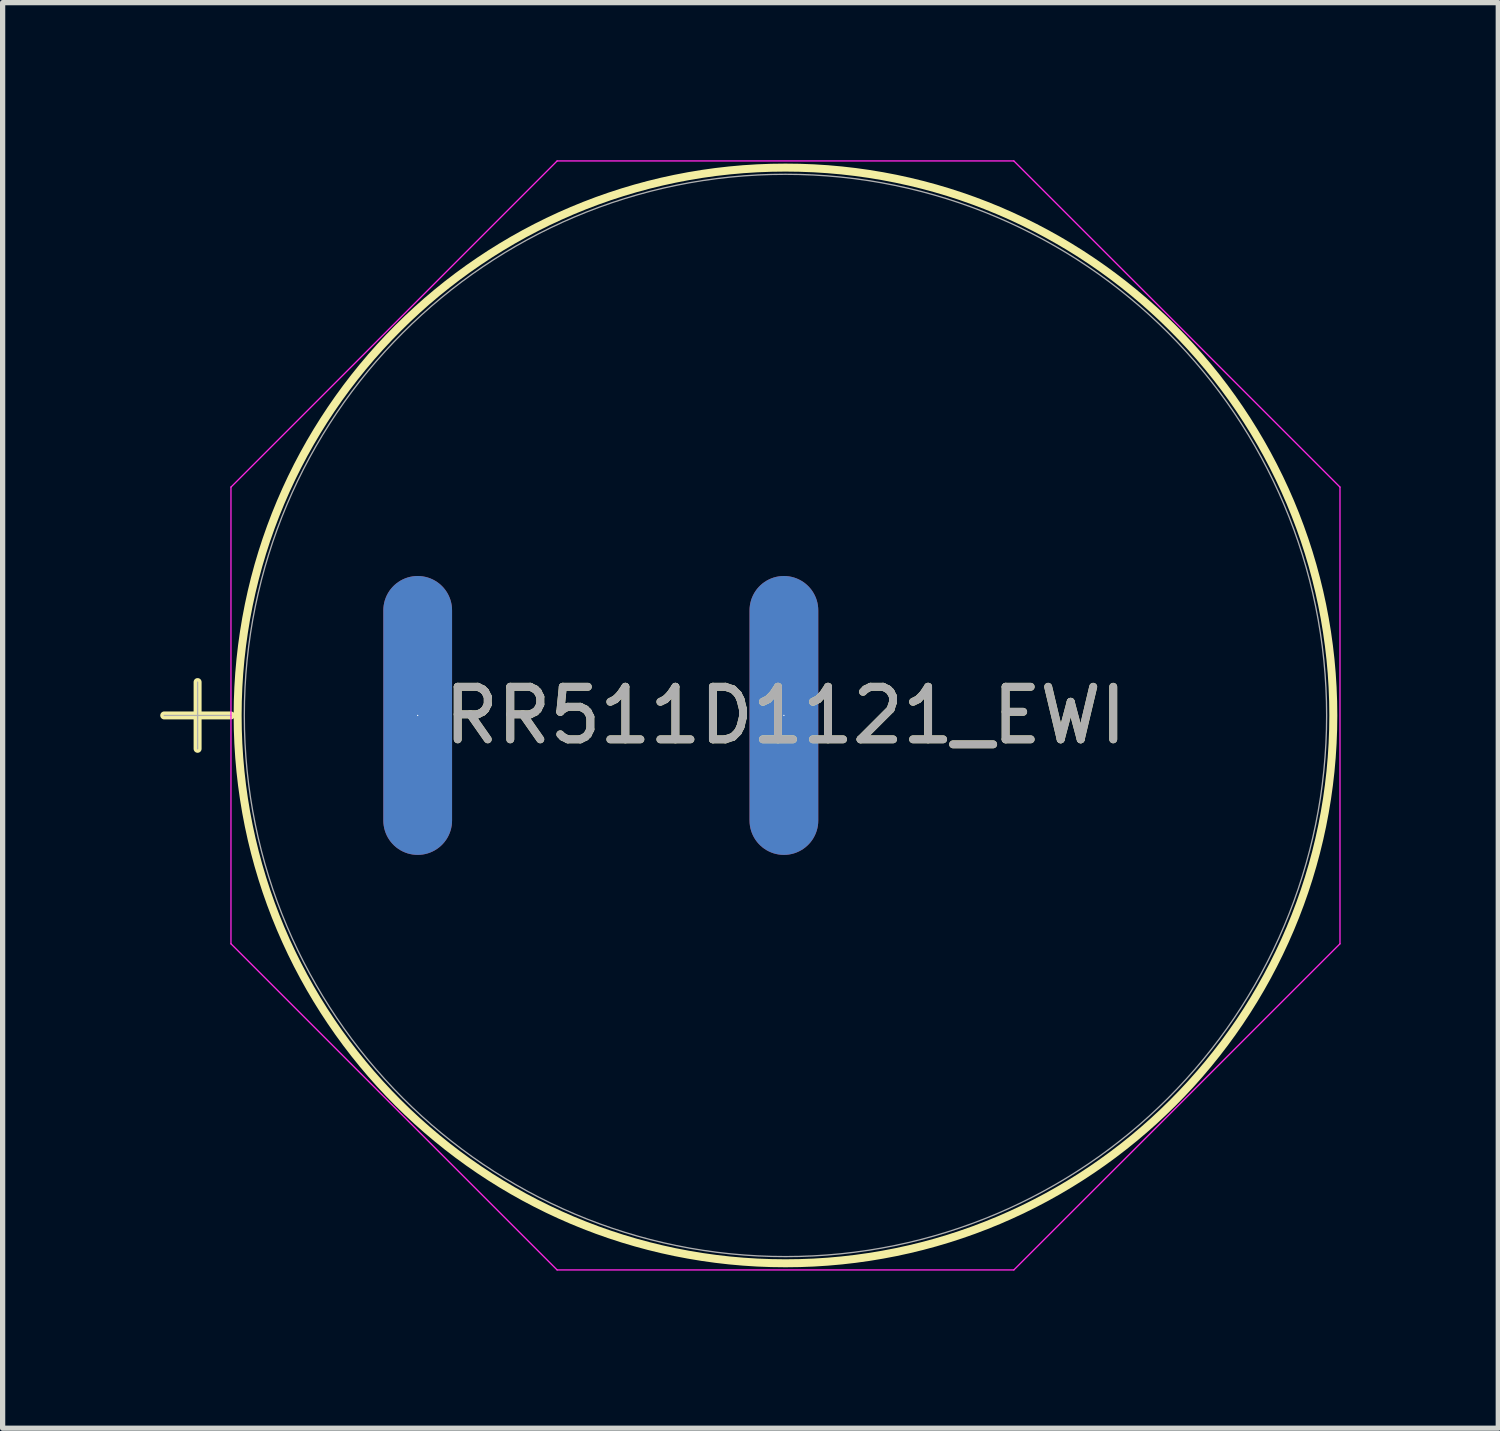
<source format=kicad_pcb>
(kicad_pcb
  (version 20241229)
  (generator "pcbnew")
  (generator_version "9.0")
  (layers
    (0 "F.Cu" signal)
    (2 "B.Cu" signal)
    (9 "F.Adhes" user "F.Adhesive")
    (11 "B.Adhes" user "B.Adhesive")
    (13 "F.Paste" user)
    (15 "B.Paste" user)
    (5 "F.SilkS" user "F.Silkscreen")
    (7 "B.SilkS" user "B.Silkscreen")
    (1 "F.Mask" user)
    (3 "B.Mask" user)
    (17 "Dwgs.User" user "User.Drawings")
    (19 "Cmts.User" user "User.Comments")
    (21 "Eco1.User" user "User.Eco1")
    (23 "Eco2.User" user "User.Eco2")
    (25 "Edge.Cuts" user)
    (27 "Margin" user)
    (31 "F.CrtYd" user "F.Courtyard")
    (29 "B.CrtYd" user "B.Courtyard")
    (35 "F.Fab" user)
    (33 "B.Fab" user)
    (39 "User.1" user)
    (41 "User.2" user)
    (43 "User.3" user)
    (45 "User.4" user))
  (footprint "RR511D1121_EWI"
    (layer "F.Cu")
    (at 4.9 10.567)
    (property "Reference" "RR511D1121_EWI" (at 7 0 0) (unlocked yes) (layer "F.SilkS") (effects (font (size 1 1) (thickness 0.15))))
    (attr through_hole)
    (fp_line (start -4.824 0) (end -3.554 0) (stroke (width 0.152) (type solid)) (layer "F.SilkS"))
    (fp_line (start -4.189 -0.635) (end -4.189 0.635) (stroke (width 0.152) (type solid)) (layer "F.SilkS"))
    (fp_circle (center 7 0) (end 17.427 0) (stroke (width 0.152) (type solid)) (fill no) (layer "F.SilkS"))
    (fp_line (start -3.554 -4.346) (end 2.654 -10.554) (stroke (width 0.025) (type solid)) (layer "F.CrtYd"))
    (fp_line (start -3.554 4.346) (end -3.554 -4.346) (stroke (width 0.025) (type solid)) (layer "F.CrtYd"))
    (fp_line (start 2.654 -10.554) (end 11.346 -10.554) (stroke (width 0.025) (type solid)) (layer "F.CrtYd"))
    (fp_line (start 2.654 10.554) (end -3.554 4.346) (stroke (width 0.025) (type solid)) (layer "F.CrtYd"))
    (fp_line (start 11.346 -10.554) (end 17.554 -4.346) (stroke (width 0.025) (type solid)) (layer "F.CrtYd"))
    (fp_line (start 11.346 10.554) (end 2.654 10.554) (stroke (width 0.025) (type solid)) (layer "F.CrtYd"))
    (fp_line (start 17.554 -4.346) (end 17.554 4.346) (stroke (width 0.025) (type solid)) (layer "F.CrtYd"))
    (fp_line (start 17.554 4.346) (end 11.346 10.554) (stroke (width 0.025) (type solid)) (layer "F.CrtYd"))
    (fp_line (start -4.824 0) (end -3.554 0) (stroke (width 0.025) (type solid)) (layer "F.Fab"))
    (fp_line (start -4.189 -0.635) (end -4.189 0.635) (stroke (width 0.025) (type solid)) (layer "F.Fab"))
    (fp_circle (center 7 0) (end 17.3 0) (stroke (width 0.025) (type solid)) (fill no) (layer "F.Fab"))
    (fp_text user "${REFERENCE}" (at 7 0 0) (unlocked yes) (layer "F.Fab") (effects (font (size 1 1) (thickness 0.15))))
    (pad "1" thru_hole oval (at -0.000001 0 90) (size 5.308 1.308) (drill 0.025) (layers "*.Cu" "*.Mask"))
    (pad "2" thru_hole oval (at 6.97 0 90) (size 5.308 1.308) (drill 0.025) (layers "*.Cu" "*.Mask")))
  (gr_rect
    (start -3 -3)
    (end 25.467 24.133)
    (stroke (width 0.1) (type default))
    (fill no)
    (layer "Edge.Cuts")))
</source>
